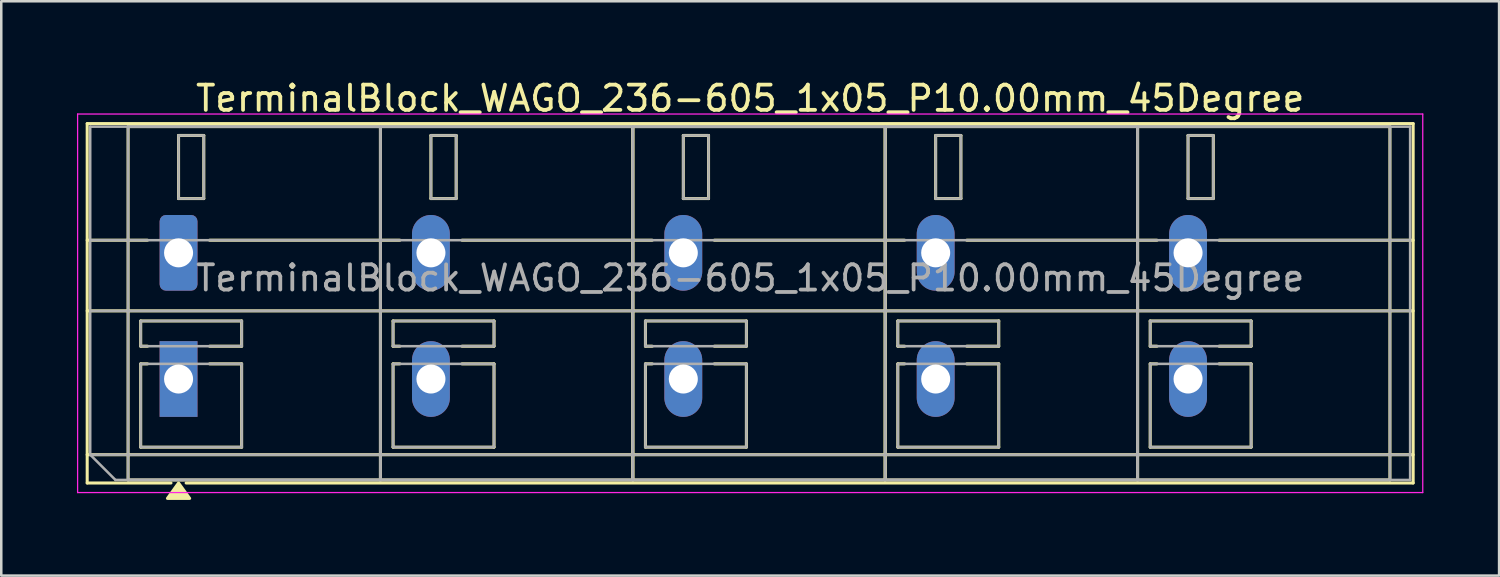
<source format=kicad_pcb>
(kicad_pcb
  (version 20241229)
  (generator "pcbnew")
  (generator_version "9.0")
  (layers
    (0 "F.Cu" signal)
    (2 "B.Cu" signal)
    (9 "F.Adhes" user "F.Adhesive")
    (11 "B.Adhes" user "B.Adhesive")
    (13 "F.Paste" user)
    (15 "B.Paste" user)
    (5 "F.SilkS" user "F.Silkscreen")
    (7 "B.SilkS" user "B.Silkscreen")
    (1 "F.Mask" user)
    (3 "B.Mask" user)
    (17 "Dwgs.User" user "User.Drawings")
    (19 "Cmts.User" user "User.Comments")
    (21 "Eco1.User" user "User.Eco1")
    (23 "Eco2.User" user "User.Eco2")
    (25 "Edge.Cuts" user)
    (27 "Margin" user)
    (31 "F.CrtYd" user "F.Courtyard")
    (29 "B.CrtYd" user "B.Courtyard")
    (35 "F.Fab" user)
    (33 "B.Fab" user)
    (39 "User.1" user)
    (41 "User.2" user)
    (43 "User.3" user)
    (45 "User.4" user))
  (footprint "TerminalBlock_WAGO_236-605_1x05_P10.00mm_45Degree"
    (layer "F.Cu")
    (at 4.025 6.968)
    (property "Reference" "TerminalBlock_WAGO_236-605_1x05_P10.00mm_45Degree" (at 22.65 -6.12 0) (layer "F.SilkS") (effects (font (size 1 1) (thickness 0.15))))
    (attr through_hole)
    (fp_line (start -3.62 -5.12) (end 48.92 -5.12) (stroke (width 0.12) (type solid)) (layer "F.SilkS"))
    (fp_line (start -3.62 -0.5) (end -1.23 -0.5) (stroke (width 0.12) (type solid)) (layer "F.SilkS"))
    (fp_line (start -3.62 2.3) (end 48.92 2.3) (stroke (width 0.12) (type solid)) (layer "F.SilkS"))
    (fp_line (start -3.62 8) (end 48.92 8) (stroke (width 0.12) (type solid)) (layer "F.SilkS"))
    (fp_line (start -3.62 9.12) (end -3.62 -5.12) (stroke (width 0.12) (type solid)) (layer "F.SilkS"))
    (fp_line (start -2 -5) (end 8 -5) (stroke (width 0.12) (type solid)) (layer "F.SilkS"))
    (fp_line (start -2 9) (end -2 -5) (stroke (width 0.12) (type solid)) (layer "F.SilkS"))
    (fp_line (start -1.5 2.7) (end 2.5 2.7) (stroke (width 0.12) (type solid)) (layer "F.SilkS"))
    (fp_line (start -1.5 3.7) (end -1.5 2.7) (stroke (width 0.12) (type solid)) (layer "F.SilkS"))
    (fp_line (start -1.5 4.4) (end -1.23 4.4) (stroke (width 0.12) (type solid)) (layer "F.SilkS"))
    (fp_line (start -1.5 7.7) (end -1.5 4.4) (stroke (width 0.12) (type solid)) (layer "F.SilkS"))
    (fp_line (start -1.23 3.7) (end -1.5 3.7) (stroke (width 0.12) (type solid)) (layer "F.SilkS"))
    (fp_line (start -0.3 9.12) (end -3.62 9.12) (stroke (width 0.12) (type solid)) (layer "F.SilkS"))
    (fp_line (start 0 -4.65) (end 1 -4.65) (stroke (width 0.12) (type solid)) (layer "F.SilkS"))
    (fp_line (start 0 -2.15) (end 0 -4.65) (stroke (width 0.12) (type solid)) (layer "F.SilkS"))
    (fp_line (start 1 -4.65) (end 1 -2.15) (stroke (width 0.12) (type solid)) (layer "F.SilkS"))
    (fp_line (start 1 -2.15) (end 0 -2.15) (stroke (width 0.12) (type solid)) (layer "F.SilkS"))
    (fp_line (start 1.23 -0.5) (end 8.77 -0.5) (stroke (width 0.12) (type solid)) (layer "F.SilkS"))
    (fp_line (start 1.23 4.4) (end 2.5 4.4) (stroke (width 0.12) (type solid)) (layer "F.SilkS"))
    (fp_line (start 2.5 2.7) (end 2.5 3.7) (stroke (width 0.12) (type solid)) (layer "F.SilkS"))
    (fp_line (start 2.5 3.7) (end 1.23 3.7) (stroke (width 0.12) (type solid)) (layer "F.SilkS"))
    (fp_line (start 2.5 4.4) (end 2.5 7.7) (stroke (width 0.12) (type solid)) (layer "F.SilkS"))
    (fp_line (start 2.5 7.7) (end -1.5 7.7) (stroke (width 0.12) (type solid)) (layer "F.SilkS"))
    (fp_line (start 8 -5) (end 8 9) (stroke (width 0.12) (type solid)) (layer "F.SilkS"))
    (fp_line (start 8 -5) (end 18 -5) (stroke (width 0.12) (type solid)) (layer "F.SilkS"))
    (fp_line (start 8 9) (end -2 9) (stroke (width 0.12) (type solid)) (layer "F.SilkS"))
    (fp_line (start 8 9) (end 8 -5) (stroke (width 0.12) (type solid)) (layer "F.SilkS"))
    (fp_line (start 8.5 2.7) (end 12.5 2.7) (stroke (width 0.12) (type solid)) (layer "F.SilkS"))
    (fp_line (start 8.5 3.7) (end 8.5 2.7) (stroke (width 0.12) (type solid)) (layer "F.SilkS"))
    (fp_line (start 8.5 4.4) (end 8.77 4.4) (stroke (width 0.12) (type solid)) (layer "F.SilkS"))
    (fp_line (start 8.5 7.7) (end 8.5 4.4) (stroke (width 0.12) (type solid)) (layer "F.SilkS"))
    (fp_line (start 8.77 3.7) (end 8.5 3.7) (stroke (width 0.12) (type solid)) (layer "F.SilkS"))
    (fp_line (start 10 -4.65) (end 11 -4.65) (stroke (width 0.12) (type solid)) (layer "F.SilkS"))
    (fp_line (start 10 -2.15) (end 10 -4.65) (stroke (width 0.12) (type solid)) (layer "F.SilkS"))
    (fp_line (start 11 -4.65) (end 11 -2.15) (stroke (width 0.12) (type solid)) (layer "F.SilkS"))
    (fp_line (start 11 -2.15) (end 10 -2.15) (stroke (width 0.12) (type solid)) (layer "F.SilkS"))
    (fp_line (start 11.23 -0.5) (end 18.77 -0.5) (stroke (width 0.12) (type solid)) (layer "F.SilkS"))
    (fp_line (start 11.23 4.4) (end 12.5 4.4) (stroke (width 0.12) (type solid)) (layer "F.SilkS"))
    (fp_line (start 12.5 2.7) (end 12.5 3.7) (stroke (width 0.12) (type solid)) (layer "F.SilkS"))
    (fp_line (start 12.5 3.7) (end 11.23 3.7) (stroke (width 0.12) (type solid)) (layer "F.SilkS"))
    (fp_line (start 12.5 4.4) (end 12.5 7.7) (stroke (width 0.12) (type solid)) (layer "F.SilkS"))
    (fp_line (start 12.5 7.7) (end 8.5 7.7) (stroke (width 0.12) (type solid)) (layer "F.SilkS"))
    (fp_line (start 18 -5) (end 18 9) (stroke (width 0.12) (type solid)) (layer "F.SilkS"))
    (fp_line (start 18 -5) (end 28 -5) (stroke (width 0.12) (type solid)) (layer "F.SilkS"))
    (fp_line (start 18 9) (end 8 9) (stroke (width 0.12) (type solid)) (layer "F.SilkS"))
    (fp_line (start 18 9) (end 18 -5) (stroke (width 0.12) (type solid)) (layer "F.SilkS"))
    (fp_line (start 18.5 2.7) (end 22.5 2.7) (stroke (width 0.12) (type solid)) (layer "F.SilkS"))
    (fp_line (start 18.5 3.7) (end 18.5 2.7) (stroke (width 0.12) (type solid)) (layer "F.SilkS"))
    (fp_line (start 18.5 4.4) (end 18.77 4.4) (stroke (width 0.12) (type solid)) (layer "F.SilkS"))
    (fp_line (start 18.5 7.7) (end 18.5 4.4) (stroke (width 0.12) (type solid)) (layer "F.SilkS"))
    (fp_line (start 18.77 3.7) (end 18.5 3.7) (stroke (width 0.12) (type solid)) (layer "F.SilkS"))
    (fp_line (start 20 -4.65) (end 21 -4.65) (stroke (width 0.12) (type solid)) (layer "F.SilkS"))
    (fp_line (start 20 -2.15) (end 20 -4.65) (stroke (width 0.12) (type solid)) (layer "F.SilkS"))
    (fp_line (start 21 -4.65) (end 21 -2.15) (stroke (width 0.12) (type solid)) (layer "F.SilkS"))
    (fp_line (start 21 -2.15) (end 20 -2.15) (stroke (width 0.12) (type solid)) (layer "F.SilkS"))
    (fp_line (start 21.23 -0.5) (end 28.77 -0.5) (stroke (width 0.12) (type solid)) (layer "F.SilkS"))
    (fp_line (start 21.23 4.4) (end 22.5 4.4) (stroke (width 0.12) (type solid)) (layer "F.SilkS"))
    (fp_line (start 22.5 2.7) (end 22.5 3.7) (stroke (width 0.12) (type solid)) (layer "F.SilkS"))
    (fp_line (start 22.5 3.7) (end 21.23 3.7) (stroke (width 0.12) (type solid)) (layer "F.SilkS"))
    (fp_line (start 22.5 4.4) (end 22.5 7.7) (stroke (width 0.12) (type solid)) (layer "F.SilkS"))
    (fp_line (start 22.5 7.7) (end 18.5 7.7) (stroke (width 0.12) (type solid)) (layer "F.SilkS"))
    (fp_line (start 28 -5) (end 28 9) (stroke (width 0.12) (type solid)) (layer "F.SilkS"))
    (fp_line (start 28 -5) (end 38 -5) (stroke (width 0.12) (type solid)) (layer "F.SilkS"))
    (fp_line (start 28 9) (end 18 9) (stroke (width 0.12) (type solid)) (layer "F.SilkS"))
    (fp_line (start 28 9) (end 28 -5) (stroke (width 0.12) (type solid)) (layer "F.SilkS"))
    (fp_line (start 28.5 2.7) (end 32.5 2.7) (stroke (width 0.12) (type solid)) (layer "F.SilkS"))
    (fp_line (start 28.5 3.7) (end 28.5 2.7) (stroke (width 0.12) (type solid)) (layer "F.SilkS"))
    (fp_line (start 28.5 4.4) (end 28.77 4.4) (stroke (width 0.12) (type solid)) (layer "F.SilkS"))
    (fp_line (start 28.5 7.7) (end 28.5 4.4) (stroke (width 0.12) (type solid)) (layer "F.SilkS"))
    (fp_line (start 28.77 3.7) (end 28.5 3.7) (stroke (width 0.12) (type solid)) (layer "F.SilkS"))
    (fp_line (start 30 -4.65) (end 31 -4.65) (stroke (width 0.12) (type solid)) (layer "F.SilkS"))
    (fp_line (start 30 -2.15) (end 30 -4.65) (stroke (width 0.12) (type solid)) (layer "F.SilkS"))
    (fp_line (start 31 -4.65) (end 31 -2.15) (stroke (width 0.12) (type solid)) (layer "F.SilkS"))
    (fp_line (start 31 -2.15) (end 30 -2.15) (stroke (width 0.12) (type solid)) (layer "F.SilkS"))
    (fp_line (start 31.23 -0.5) (end 38.77 -0.5) (stroke (width 0.12) (type solid)) (layer "F.SilkS"))
    (fp_line (start 31.23 4.4) (end 32.5 4.4) (stroke (width 0.12) (type solid)) (layer "F.SilkS"))
    (fp_line (start 32.5 2.7) (end 32.5 3.7) (stroke (width 0.12) (type solid)) (layer "F.SilkS"))
    (fp_line (start 32.5 3.7) (end 31.23 3.7) (stroke (width 0.12) (type solid)) (layer "F.SilkS"))
    (fp_line (start 32.5 4.4) (end 32.5 7.7) (stroke (width 0.12) (type solid)) (layer "F.SilkS"))
    (fp_line (start 32.5 7.7) (end 28.5 7.7) (stroke (width 0.12) (type solid)) (layer "F.SilkS"))
    (fp_line (start 38 -5) (end 38 9) (stroke (width 0.12) (type solid)) (layer "F.SilkS"))
    (fp_line (start 38 -5) (end 48 -5) (stroke (width 0.12) (type solid)) (layer "F.SilkS"))
    (fp_line (start 38 9) (end 28 9) (stroke (width 0.12) (type solid)) (layer "F.SilkS"))
    (fp_line (start 38 9) (end 38 -5) (stroke (width 0.12) (type solid)) (layer "F.SilkS"))
    (fp_line (start 38.5 2.7) (end 42.5 2.7) (stroke (width 0.12) (type solid)) (layer "F.SilkS"))
    (fp_line (start 38.5 3.7) (end 38.5 2.7) (stroke (width 0.12) (type solid)) (layer "F.SilkS"))
    (fp_line (start 38.5 4.4) (end 38.77 4.4) (stroke (width 0.12) (type solid)) (layer "F.SilkS"))
    (fp_line (start 38.5 7.7) (end 38.5 4.4) (stroke (width 0.12) (type solid)) (layer "F.SilkS"))
    (fp_line (start 38.77 3.7) (end 38.5 3.7) (stroke (width 0.12) (type solid)) (layer "F.SilkS"))
    (fp_line (start 40 -4.65) (end 41 -4.65) (stroke (width 0.12) (type solid)) (layer "F.SilkS"))
    (fp_line (start 40 -2.15) (end 40 -4.65) (stroke (width 0.12) (type solid)) (layer "F.SilkS"))
    (fp_line (start 41 -4.65) (end 41 -2.15) (stroke (width 0.12) (type solid)) (layer "F.SilkS"))
    (fp_line (start 41 -2.15) (end 40 -2.15) (stroke (width 0.12) (type solid)) (layer "F.SilkS"))
    (fp_line (start 41.23 -0.5) (end 48.92 -0.5) (stroke (width 0.12) (type solid)) (layer "F.SilkS"))
    (fp_line (start 41.23 4.4) (end 42.5 4.4) (stroke (width 0.12) (type solid)) (layer "F.SilkS"))
    (fp_line (start 42.5 2.7) (end 42.5 3.7) (stroke (width 0.12) (type solid)) (layer "F.SilkS"))
    (fp_line (start 42.5 3.7) (end 41.23 3.7) (stroke (width 0.12) (type solid)) (layer "F.SilkS"))
    (fp_line (start 42.5 4.4) (end 42.5 7.7) (stroke (width 0.12) (type solid)) (layer "F.SilkS"))
    (fp_line (start 42.5 7.7) (end 38.5 7.7) (stroke (width 0.12) (type solid)) (layer "F.SilkS"))
    (fp_line (start 48 -5) (end 48 9) (stroke (width 0.12) (type solid)) (layer "F.SilkS"))
    (fp_line (start 48 9) (end 38 9) (stroke (width 0.12) (type solid)) (layer "F.SilkS"))
    (fp_line (start 48.92 -5.12) (end 48.92 9.12) (stroke (width 0.12) (type solid)) (layer "F.SilkS"))
    (fp_line (start 48.92 9.12) (end 0.3 9.12) (stroke (width 0.12) (type solid)) (layer "F.SilkS"))
    (fp_poly (pts (xy 0 9.12) (xy 0.44 9.73) (xy -0.44 9.73)) (stroke (width 0.12) (type solid)) (fill yes) (layer "F.SilkS"))
    (fp_line (start -4 -5.5) (end -4 9.5) (stroke (width 0.05) (type solid)) (layer "F.CrtYd"))
    (fp_line (start -4 9.5) (end 49.3 9.5) (stroke (width 0.05) (type solid)) (layer "F.CrtYd"))
    (fp_line (start 49.3 -5.5) (end -4 -5.5) (stroke (width 0.05) (type solid)) (layer "F.CrtYd"))
    (fp_line (start 49.3 9.5) (end 49.3 -5.5) (stroke (width 0.05) (type solid)) (layer "F.CrtYd"))
    (fp_line (start -3.5 -5) (end 48.8 -5) (stroke (width 0.1) (type solid)) (layer "F.Fab"))
    (fp_line (start -3.5 -0.5) (end 48.8 -0.5) (stroke (width 0.1) (type solid)) (layer "F.Fab"))
    (fp_line (start -3.5 2.3) (end 48.8 2.3) (stroke (width 0.1) (type solid)) (layer "F.Fab"))
    (fp_line (start -3.5 8) (end -3.5 -5) (stroke (width 0.1) (type solid)) (layer "F.Fab"))
    (fp_line (start -3.5 8) (end 48.8 8) (stroke (width 0.1) (type solid)) (layer "F.Fab"))
    (fp_line (start -2.5 9) (end -3.5 8) (stroke (width 0.1) (type solid)) (layer "F.Fab"))
    (fp_line (start -2 -5) (end -2 9) (stroke (width 0.1) (type solid)) (layer "F.Fab"))
    (fp_line (start -2 9) (end 8 9) (stroke (width 0.1) (type solid)) (layer "F.Fab"))
    (fp_line (start -1.5 2.7) (end -1.5 3.7) (stroke (width 0.1) (type solid)) (layer "F.Fab"))
    (fp_line (start -1.5 3.7) (end 2.5 3.7) (stroke (width 0.1) (type solid)) (layer "F.Fab"))
    (fp_line (start -1.5 4.4) (end -1.5 7.7) (stroke (width 0.1) (type solid)) (layer "F.Fab"))
    (fp_line (start -1.5 7.7) (end 2.5 7.7) (stroke (width 0.1) (type solid)) (layer "F.Fab"))
    (fp_line (start 0 -4.65) (end 0 -2.15) (stroke (width 0.1) (type solid)) (layer "F.Fab"))
    (fp_line (start 0 -2.15) (end 1 -2.15) (stroke (width 0.1) (type solid)) (layer "F.Fab"))
    (fp_line (start 1 -4.65) (end 0 -4.65) (stroke (width 0.1) (type solid)) (layer "F.Fab"))
    (fp_line (start 1 -2.15) (end 1 -4.65) (stroke (width 0.1) (type solid)) (layer "F.Fab"))
    (fp_line (start 2.5 2.7) (end -1.5 2.7) (stroke (width 0.1) (type solid)) (layer "F.Fab"))
    (fp_line (start 2.5 3.7) (end 2.5 2.7) (stroke (width 0.1) (type solid)) (layer "F.Fab"))
    (fp_line (start 2.5 4.4) (end -1.5 4.4) (stroke (width 0.1) (type solid)) (layer "F.Fab"))
    (fp_line (start 2.5 7.7) (end 2.5 4.4) (stroke (width 0.1) (type solid)) (layer "F.Fab"))
    (fp_line (start 8 -5) (end -2 -5) (stroke (width 0.1) (type solid)) (layer "F.Fab"))
    (fp_line (start 8 -5) (end 8 9) (stroke (width 0.1) (type solid)) (layer "F.Fab"))
    (fp_line (start 8 9) (end 8 -5) (stroke (width 0.1) (type solid)) (layer "F.Fab"))
    (fp_line (start 8 9) (end 18 9) (stroke (width 0.1) (type solid)) (layer "F.Fab"))
    (fp_line (start 8.5 2.7) (end 8.5 3.7) (stroke (width 0.1) (type solid)) (layer "F.Fab"))
    (fp_line (start 8.5 3.7) (end 12.5 3.7) (stroke (width 0.1) (type solid)) (layer "F.Fab"))
    (fp_line (start 8.5 4.4) (end 8.5 7.7) (stroke (width 0.1) (type solid)) (layer "F.Fab"))
    (fp_line (start 8.5 7.7) (end 12.5 7.7) (stroke (width 0.1) (type solid)) (layer "F.Fab"))
    (fp_line (start 10 -4.65) (end 10 -2.15) (stroke (width 0.1) (type solid)) (layer "F.Fab"))
    (fp_line (start 10 -2.15) (end 11 -2.15) (stroke (width 0.1) (type solid)) (layer "F.Fab"))
    (fp_line (start 11 -4.65) (end 10 -4.65) (stroke (width 0.1) (type solid)) (layer "F.Fab"))
    (fp_line (start 11 -2.15) (end 11 -4.65) (stroke (width 0.1) (type solid)) (layer "F.Fab"))
    (fp_line (start 12.5 2.7) (end 8.5 2.7) (stroke (width 0.1) (type solid)) (layer "F.Fab"))
    (fp_line (start 12.5 3.7) (end 12.5 2.7) (stroke (width 0.1) (type solid)) (layer "F.Fab"))
    (fp_line (start 12.5 4.4) (end 8.5 4.4) (stroke (width 0.1) (type solid)) (layer "F.Fab"))
    (fp_line (start 12.5 7.7) (end 12.5 4.4) (stroke (width 0.1) (type solid)) (layer "F.Fab"))
    (fp_line (start 18 -5) (end 8 -5) (stroke (width 0.1) (type solid)) (layer "F.Fab"))
    (fp_line (start 18 -5) (end 18 9) (stroke (width 0.1) (type solid)) (layer "F.Fab"))
    (fp_line (start 18 9) (end 18 -5) (stroke (width 0.1) (type solid)) (layer "F.Fab"))
    (fp_line (start 18 9) (end 28 9) (stroke (width 0.1) (type solid)) (layer "F.Fab"))
    (fp_line (start 18.5 2.7) (end 18.5 3.7) (stroke (width 0.1) (type solid)) (layer "F.Fab"))
    (fp_line (start 18.5 3.7) (end 22.5 3.7) (stroke (width 0.1) (type solid)) (layer "F.Fab"))
    (fp_line (start 18.5 4.4) (end 18.5 7.7) (stroke (width 0.1) (type solid)) (layer "F.Fab"))
    (fp_line (start 18.5 7.7) (end 22.5 7.7) (stroke (width 0.1) (type solid)) (layer "F.Fab"))
    (fp_line (start 20 -4.65) (end 20 -2.15) (stroke (width 0.1) (type solid)) (layer "F.Fab"))
    (fp_line (start 20 -2.15) (end 21 -2.15) (stroke (width 0.1) (type solid)) (layer "F.Fab"))
    (fp_line (start 21 -4.65) (end 20 -4.65) (stroke (width 0.1) (type solid)) (layer "F.Fab"))
    (fp_line (start 21 -2.15) (end 21 -4.65) (stroke (width 0.1) (type solid)) (layer "F.Fab"))
    (fp_line (start 22.5 2.7) (end 18.5 2.7) (stroke (width 0.1) (type solid)) (layer "F.Fab"))
    (fp_line (start 22.5 3.7) (end 22.5 2.7) (stroke (width 0.1) (type solid)) (layer "F.Fab"))
    (fp_line (start 22.5 4.4) (end 18.5 4.4) (stroke (width 0.1) (type solid)) (layer "F.Fab"))
    (fp_line (start 22.5 7.7) (end 22.5 4.4) (stroke (width 0.1) (type solid)) (layer "F.Fab"))
    (fp_line (start 28 -5) (end 18 -5) (stroke (width 0.1) (type solid)) (layer "F.Fab"))
    (fp_line (start 28 -5) (end 28 9) (stroke (width 0.1) (type solid)) (layer "F.Fab"))
    (fp_line (start 28 9) (end 28 -5) (stroke (width 0.1) (type solid)) (layer "F.Fab"))
    (fp_line (start 28 9) (end 38 9) (stroke (width 0.1) (type solid)) (layer "F.Fab"))
    (fp_line (start 28.5 2.7) (end 28.5 3.7) (stroke (width 0.1) (type solid)) (layer "F.Fab"))
    (fp_line (start 28.5 3.7) (end 32.5 3.7) (stroke (width 0.1) (type solid)) (layer "F.Fab"))
    (fp_line (start 28.5 4.4) (end 28.5 7.7) (stroke (width 0.1) (type solid)) (layer "F.Fab"))
    (fp_line (start 28.5 7.7) (end 32.5 7.7) (stroke (width 0.1) (type solid)) (layer "F.Fab"))
    (fp_line (start 30 -4.65) (end 30 -2.15) (stroke (width 0.1) (type solid)) (layer "F.Fab"))
    (fp_line (start 30 -2.15) (end 31 -2.15) (stroke (width 0.1) (type solid)) (layer "F.Fab"))
    (fp_line (start 31 -4.65) (end 30 -4.65) (stroke (width 0.1) (type solid)) (layer "F.Fab"))
    (fp_line (start 31 -2.15) (end 31 -4.65) (stroke (width 0.1) (type solid)) (layer "F.Fab"))
    (fp_line (start 32.5 2.7) (end 28.5 2.7) (stroke (width 0.1) (type solid)) (layer "F.Fab"))
    (fp_line (start 32.5 3.7) (end 32.5 2.7) (stroke (width 0.1) (type solid)) (layer "F.Fab"))
    (fp_line (start 32.5 4.4) (end 28.5 4.4) (stroke (width 0.1) (type solid)) (layer "F.Fab"))
    (fp_line (start 32.5 7.7) (end 32.5 4.4) (stroke (width 0.1) (type solid)) (layer "F.Fab"))
    (fp_line (start 38 -5) (end 28 -5) (stroke (width 0.1) (type solid)) (layer "F.Fab"))
    (fp_line (start 38 -5) (end 38 9) (stroke (width 0.1) (type solid)) (layer "F.Fab"))
    (fp_line (start 38 9) (end 38 -5) (stroke (width 0.1) (type solid)) (layer "F.Fab"))
    (fp_line (start 38 9) (end 48 9) (stroke (width 0.1) (type solid)) (layer "F.Fab"))
    (fp_line (start 38.5 2.7) (end 38.5 3.7) (stroke (width 0.1) (type solid)) (layer "F.Fab"))
    (fp_line (start 38.5 3.7) (end 42.5 3.7) (stroke (width 0.1) (type solid)) (layer "F.Fab"))
    (fp_line (start 38.5 4.4) (end 38.5 7.7) (stroke (width 0.1) (type solid)) (layer "F.Fab"))
    (fp_line (start 38.5 7.7) (end 42.5 7.7) (stroke (width 0.1) (type solid)) (layer "F.Fab"))
    (fp_line (start 40 -4.65) (end 40 -2.15) (stroke (width 0.1) (type solid)) (layer "F.Fab"))
    (fp_line (start 40 -2.15) (end 41 -2.15) (stroke (width 0.1) (type solid)) (layer "F.Fab"))
    (fp_line (start 41 -4.65) (end 40 -4.65) (stroke (width 0.1) (type solid)) (layer "F.Fab"))
    (fp_line (start 41 -2.15) (end 41 -4.65) (stroke (width 0.1) (type solid)) (layer "F.Fab"))
    (fp_line (start 42.5 2.7) (end 38.5 2.7) (stroke (width 0.1) (type solid)) (layer "F.Fab"))
    (fp_line (start 42.5 3.7) (end 42.5 2.7) (stroke (width 0.1) (type solid)) (layer "F.Fab"))
    (fp_line (start 42.5 4.4) (end 38.5 4.4) (stroke (width 0.1) (type solid)) (layer "F.Fab"))
    (fp_line (start 42.5 7.7) (end 42.5 4.4) (stroke (width 0.1) (type solid)) (layer "F.Fab"))
    (fp_line (start 48 -5) (end 38 -5) (stroke (width 0.1) (type solid)) (layer "F.Fab"))
    (fp_line (start 48 9) (end 48 -5) (stroke (width 0.1) (type solid)) (layer "F.Fab"))
    (fp_line (start 48.8 -5) (end 48.8 9) (stroke (width 0.1) (type solid)) (layer "F.Fab"))
    (fp_line (start 48.8 9) (end -2.5 9) (stroke (width 0.1) (type solid)) (layer "F.Fab"))
    (fp_text user "${REFERENCE}" (at 22.65 1 0) (layer "F.Fab") (effects (font (size 1 1) (thickness 0.15))))
    (pad "1" thru_hole roundrect (at 0 0) (size 1.5 3) (drill 1.15) (layers "*.Cu" "*.Mask") (roundrect_rratio 0.167))
    (pad "1" thru_hole rect (at 0 5) (size 1.5 3) (drill 1.15) (layers "*.Cu" "*.Mask"))
    (pad "2" thru_hole oval (at 10 0) (size 1.5 3) (drill 1.15) (layers "*.Cu" "*.Mask"))
    (pad "2" thru_hole oval (at 10 5) (size 1.5 3) (drill 1.15) (layers "*.Cu" "*.Mask"))
    (pad "3" thru_hole oval (at 20 0) (size 1.5 3) (drill 1.15) (layers "*.Cu" "*.Mask"))
    (pad "3" thru_hole oval (at 20 5) (size 1.5 3) (drill 1.15) (layers "*.Cu" "*.Mask"))
    (pad "4" thru_hole oval (at 30 0) (size 1.5 3) (drill 1.15) (layers "*.Cu" "*.Mask"))
    (pad "4" thru_hole oval (at 30 5) (size 1.5 3) (drill 1.15) (layers "*.Cu" "*.Mask"))
    (pad "5" thru_hole oval (at 40 0) (size 1.5 3) (drill 1.15) (layers "*.Cu" "*.Mask"))
    (pad "5" thru_hole oval (at 40 5) (size 1.5 3) (drill 1.15) (layers "*.Cu" "*.Mask")))
  (gr_rect
    (start -3 -3)
    (end 56.35 19.758)
    (stroke (width 0.1) (type default))
    (fill no)
    (layer "Edge.Cuts")))
</source>
